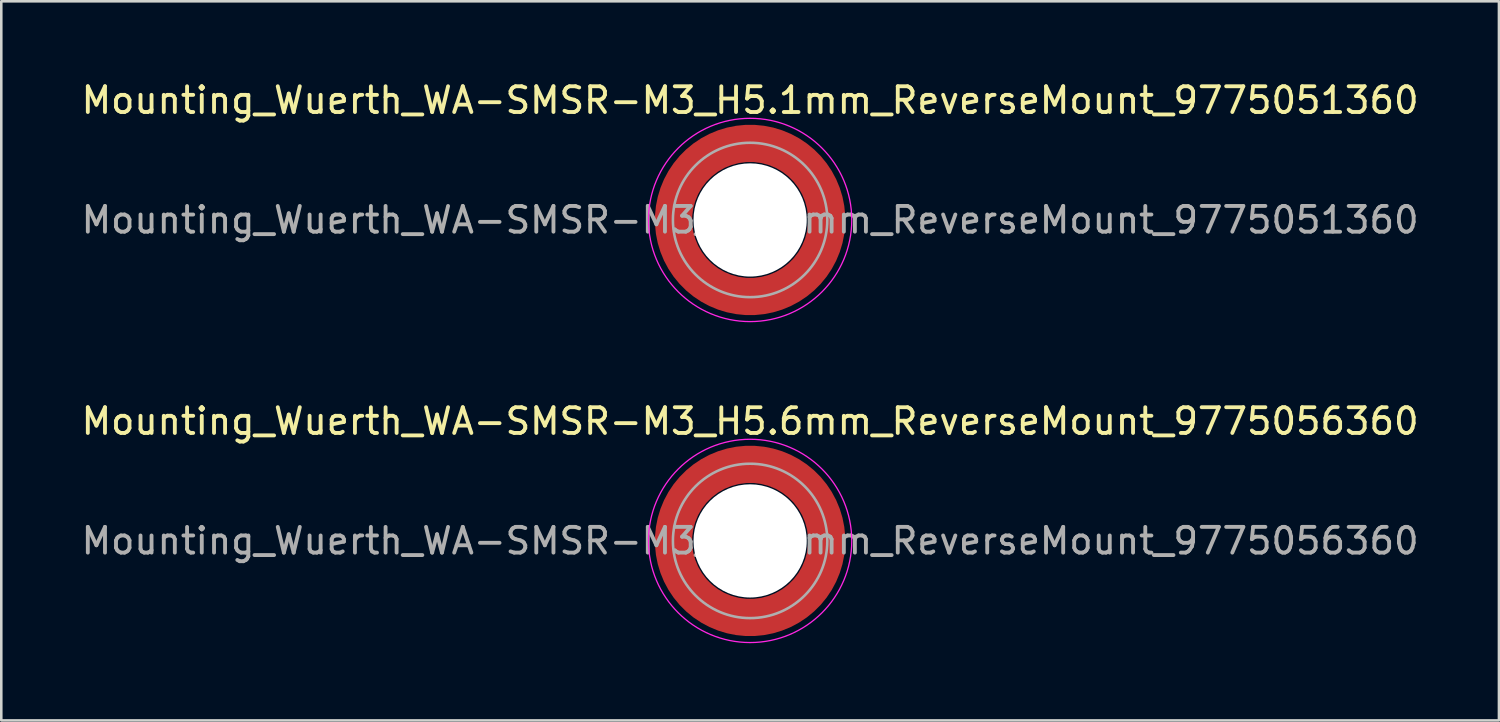
<source format=kicad_pcb>
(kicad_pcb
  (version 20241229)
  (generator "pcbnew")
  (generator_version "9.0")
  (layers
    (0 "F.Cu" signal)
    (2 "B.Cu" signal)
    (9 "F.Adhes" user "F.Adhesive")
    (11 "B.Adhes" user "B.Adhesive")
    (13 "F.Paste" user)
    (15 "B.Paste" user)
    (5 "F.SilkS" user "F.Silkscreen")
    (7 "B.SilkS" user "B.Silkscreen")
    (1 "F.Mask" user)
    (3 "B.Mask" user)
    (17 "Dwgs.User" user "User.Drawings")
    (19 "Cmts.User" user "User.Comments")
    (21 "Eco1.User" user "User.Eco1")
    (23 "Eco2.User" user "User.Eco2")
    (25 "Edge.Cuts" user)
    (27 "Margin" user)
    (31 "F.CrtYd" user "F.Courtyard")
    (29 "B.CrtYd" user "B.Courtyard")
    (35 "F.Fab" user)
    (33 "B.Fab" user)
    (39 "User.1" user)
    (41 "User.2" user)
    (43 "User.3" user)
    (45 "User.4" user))
  (footprint "Mounting_Wuerth_WA-SMSR-M3_H5.6mm_ReverseMount_9775056360"
    (layer "F.Cu")
    (at 26.101 17.971)
    (property "Reference" "Mounting_Wuerth_WA-SMSR-M3_H5.6mm_ReverseMount_9775056360" (at 0 -4.65 0) (layer "F.SilkS") (effects (font (size 1 1) (thickness 0.15))))
    (attr smd)
    (fp_circle (center 0 0) (end 3.95 0) (stroke (width 0.05) (type solid)) (fill no) (layer "F.CrtYd"))
    (fp_circle (center 0 0) (end 3 0) (stroke (width 0.1) (type solid)) (fill no) (layer "F.Fab"))
    (fp_text user "${REFERENCE}" (at 0 0 0) (layer "F.Fab") (effects (font (size 1 1) (thickness 0.15))))
    (pad "" smd custom (at -2.095 -2.095) (size 0.945 0.945) (layers "F.Paste") (options (anchor circle)) (primitives (gr_arc (start -0.24231 1.594804) (mid 0.404104 0.405534) (end 1.592827 -0.241886) (width 0.2)) (gr_arc (start -0.3398 1.594804) (mid 0.335987 0.338711) (end 1.591031 -0.339022) (width 0.2)) (gr_arc (start -0.437132 1.594804) (mid 0.268952 0.270807) (end 1.592231 -0.436623) (width 0.2)) (gr_arc (start -0.534324 1.594804) (mid 0.201345 0.203474) (end 1.591846 -0.53376) (width 0.2)) (gr_arc (start -0.631391 1.594804) (mid 0.134696 0.135183) (end 1.594126 -0.631267) (width 0.2)) (gr_arc (start -0.728345 1.594804) (mid 0.067234 0.067705) (end 1.594149 -0.728229) (width 0.2)) (gr_arc (start -0.825197 1.594804) (mid -0.001218 0.001219) (end 1.591408 -0.824614) (width 0.2)) (gr_arc (start -0.921958 1.594804) (mid -0.068952 -0.065985) (end 1.590665 -0.921269) (width 0.2)) (gr_arc (start -1.018637 1.594804) (mid -0.135972 -0.133907) (end 1.59192 -1.018172) (width 0.2)) (gr_arc (start -1.115239 1.594804) (mid -0.20428 -0.200537) (end 1.589574 -1.11442) (width 0.2)) (gr_arc (start -1.211773 1.594804) (mid -0.26993 -0.269828) (end 1.594662 -1.211751) (width 0.2)) (gr_arc (start -1.308244 1.594804) (mid -0.33911 -0.335587) (end 1.589875 -1.307516) (width 0.2)) (gr_arc (start -1.404657 1.594804) (mid -0.405633 -0.404004) (end 1.592524 -1.404331) (width 0.2)) (gr_arc (start -1.404657 1.594804) (mid -0.405633 -0.404004) (end 1.592524 -1.404331) (width 0.2)) (gr_line (start 1.595 -0.242) (end 1.595 -1.405) (width 0.2)) (gr_line (start -0.242 1.595) (end -1.405 1.595) (width 0.2))))
    (pad "" smd custom (at -2.095 2.095) (size 0.945 0.945) (layers "F.Paste") (options (anchor circle)) (primitives (gr_arc (start 1.594804 0.24231) (mid 0.405534 -0.404104) (end -0.241886 -1.592827) (width 0.2)) (gr_arc (start 1.594804 0.3398) (mid 0.338711 -0.335987) (end -0.339022 -1.591031) (width 0.2)) (gr_arc (start 1.594804 0.437132) (mid 0.270807 -0.268952) (end -0.436623 -1.592231) (width 0.2)) (gr_arc (start 1.594804 0.534324) (mid 0.203474 -0.201345) (end -0.53376 -1.591846) (width 0.2)) (gr_arc (start 1.594804 0.631391) (mid 0.135183 -0.134696) (end -0.631267 -1.594126) (width 0.2)) (gr_arc (start 1.594804 0.728345) (mid 0.067705 -0.067234) (end -0.728229 -1.594149) (width 0.2)) (gr_arc (start 1.594804 0.825197) (mid 0.001219 0.001218) (end -0.824614 -1.591408) (width 0.2)) (gr_arc (start 1.594804 0.921958) (mid -0.065985 0.068952) (end -0.921269 -1.590665) (width 0.2)) (gr_arc (start 1.594804 1.018637) (mid -0.133907 0.135972) (end -1.018172 -1.59192) (width 0.2)) (gr_arc (start 1.594804 1.115239) (mid -0.200537 0.20428) (end -1.11442 -1.589574) (width 0.2)) (gr_arc (start 1.594804 1.211773) (mid -0.269828 0.26993) (end -1.211751 -1.594662) (width 0.2)) (gr_arc (start 1.594804 1.308244) (mid -0.335587 0.33911) (end -1.307516 -1.589875) (width 0.2)) (gr_arc (start 1.594804 1.404657) (mid -0.404004 0.405633) (end -1.404331 -1.592524) (width 0.2)) (gr_arc (start 1.594804 1.404657) (mid -0.404004 0.405633) (end -1.404331 -1.592524) (width 0.2)) (gr_line (start -0.242 -1.595) (end -1.405 -1.595) (width 0.2)) (gr_line (start 1.595 0.242) (end 1.595 1.405) (width 0.2))))
    (pad "" np_thru_hole circle (at 0 0) (size 4.4 4.4) (drill 4.4) (layers "*.Cu" "*.Mask"))
    (pad "" smd custom (at 2.095 -2.095) (size 0.945 0.945) (layers "F.Paste") (options (anchor circle)) (primitives (gr_arc (start -1.594804 -0.24231) (mid -0.405534 0.404104) (end 0.241886 1.592827) (width 0.2)) (gr_arc (start -1.594804 -0.3398) (mid -0.338711 0.335987) (end 0.339022 1.591031) (width 0.2)) (gr_arc (start -1.594804 -0.437132) (mid -0.270807 0.268952) (end 0.436623 1.592231) (width 0.2)) (gr_arc (start -1.594804 -0.534324) (mid -0.203474 0.201345) (end 0.53376 1.591846) (width 0.2)) (gr_arc (start -1.594804 -0.631391) (mid -0.135183 0.134696) (end 0.631267 1.594126) (width 0.2)) (gr_arc (start -1.594804 -0.728345) (mid -0.067705 0.067234) (end 0.728229 1.594149) (width 0.2)) (gr_arc (start -1.594804 -0.825197) (mid -0.001219 -0.001218) (end 0.824614 1.591408) (width 0.2)) (gr_arc (start -1.594804 -0.921958) (mid 0.065985 -0.068952) (end 0.921269 1.590665) (width 0.2)) (gr_arc (start -1.594804 -1.018637) (mid 0.133907 -0.135972) (end 1.018172 1.59192) (width 0.2)) (gr_arc (start -1.594804 -1.115239) (mid 0.200537 -0.20428) (end 1.11442 1.589574) (width 0.2)) (gr_arc (start -1.594804 -1.211773) (mid 0.269828 -0.26993) (end 1.211751 1.594662) (width 0.2)) (gr_arc (start -1.594804 -1.308244) (mid 0.335587 -0.33911) (end 1.307516 1.589875) (width 0.2)) (gr_arc (start -1.594804 -1.404657) (mid 0.404004 -0.405633) (end 1.404331 1.592524) (width 0.2)) (gr_arc (start -1.594804 -1.404657) (mid 0.404004 -0.405633) (end 1.404331 1.592524) (width 0.2)) (gr_line (start 0.242 1.595) (end 1.405 1.595) (width 0.2)) (gr_line (start -1.595 -0.242) (end -1.595 -1.405) (width 0.2))))
    (pad "" smd custom (at 2.095 2.095) (size 0.945 0.945) (layers "F.Paste") (options (anchor circle)) (primitives (gr_arc (start 0.24231 -1.594804) (mid -0.404104 -0.405534) (end -1.592827 0.241886) (width 0.2)) (gr_arc (start 0.3398 -1.594804) (mid -0.335987 -0.338711) (end -1.591031 0.339022) (width 0.2)) (gr_arc (start 0.437132 -1.594804) (mid -0.268952 -0.270807) (end -1.592231 0.436623) (width 0.2)) (gr_arc (start 0.534324 -1.594804) (mid -0.201345 -0.203474) (end -1.591846 0.53376) (width 0.2)) (gr_arc (start 0.631391 -1.594804) (mid -0.134696 -0.135183) (end -1.594126 0.631267) (width 0.2)) (gr_arc (start 0.728345 -1.594804) (mid -0.067234 -0.067705) (end -1.594149 0.728229) (width 0.2)) (gr_arc (start 0.825197 -1.594804) (mid 0.001218 -0.001219) (end -1.591408 0.824614) (width 0.2)) (gr_arc (start 0.921958 -1.594804) (mid 0.068952 0.065985) (end -1.590665 0.921269) (width 0.2)) (gr_arc (start 1.018637 -1.594804) (mid 0.135972 0.133907) (end -1.59192 1.018172) (width 0.2)) (gr_arc (start 1.115239 -1.594804) (mid 0.20428 0.200537) (end -1.589574 1.11442) (width 0.2)) (gr_arc (start 1.211773 -1.594804) (mid 0.26993 0.269828) (end -1.594662 1.211751) (width 0.2)) (gr_arc (start 1.308244 -1.594804) (mid 0.33911 0.335587) (end -1.589875 1.307516) (width 0.2)) (gr_arc (start 1.404657 -1.594804) (mid 0.405633 0.404004) (end -1.592524 1.404331) (width 0.2)) (gr_arc (start 1.404657 -1.594804) (mid 0.405633 0.404004) (end -1.592524 1.404331) (width 0.2)) (gr_line (start -1.595 0.242) (end -1.595 1.405) (width 0.2)) (gr_line (start 0.242 -1.595) (end 1.405 -1.595) (width 0.2))))
    (pad "1" smd circle (at -2.975 0) (size 1.05 1.05) (layers "F.Cu"))
    (pad "1" smd circle (at 0 -2.975) (size 1.05 1.05) (layers "F.Cu"))
    (pad "1" smd circle (at 0 2.975) (size 1.05 1.05) (layers "F.Cu"))
    (pad "1" smd custom (at 2.975 0) (size 1.05 1.05) (layers "F.Cu" "F.Mask") (options (anchor circle)) (primitives (gr_circle (center -2.975 0) (end 0 0) (width 1.45) (fill no)))))
  (footprint "Mounting_Wuerth_WA-SMSR-M3_H5.1mm_ReverseMount_9775051360"
    (layer "F.Cu")
    (at 26.101 5.498)
    (property "Reference" "Mounting_Wuerth_WA-SMSR-M3_H5.1mm_ReverseMount_9775051360" (at 0 -4.65 0) (layer "F.SilkS") (effects (font (size 1 1) (thickness 0.15))))
    (attr smd)
    (fp_circle (center 0 0) (end 3.95 0) (stroke (width 0.05) (type solid)) (fill no) (layer "F.CrtYd"))
    (fp_circle (center 0 0) (end 3 0) (stroke (width 0.1) (type solid)) (fill no) (layer "F.Fab"))
    (fp_text user "${REFERENCE}" (at 0 0 0) (layer "F.Fab") (effects (font (size 1 1) (thickness 0.15))))
    (pad "" smd custom (at -2.095 -2.095) (size 0.945 0.945) (layers "F.Paste") (options (anchor circle)) (primitives (gr_arc (start -0.24231 1.594804) (mid 0.404104 0.405534) (end 1.592827 -0.241886) (width 0.2)) (gr_arc (start -0.3398 1.594804) (mid 0.335987 0.338711) (end 1.591031 -0.339022) (width 0.2)) (gr_arc (start -0.437132 1.594804) (mid 0.268952 0.270807) (end 1.592231 -0.436623) (width 0.2)) (gr_arc (start -0.534324 1.594804) (mid 0.201345 0.203474) (end 1.591846 -0.53376) (width 0.2)) (gr_arc (start -0.631391 1.594804) (mid 0.134696 0.135183) (end 1.594126 -0.631267) (width 0.2)) (gr_arc (start -0.728345 1.594804) (mid 0.067234 0.067705) (end 1.594149 -0.728229) (width 0.2)) (gr_arc (start -0.825197 1.594804) (mid -0.001218 0.001219) (end 1.591408 -0.824614) (width 0.2)) (gr_arc (start -0.921958 1.594804) (mid -0.068952 -0.065985) (end 1.590665 -0.921269) (width 0.2)) (gr_arc (start -1.018637 1.594804) (mid -0.135972 -0.133907) (end 1.59192 -1.018172) (width 0.2)) (gr_arc (start -1.115239 1.594804) (mid -0.20428 -0.200537) (end 1.589574 -1.11442) (width 0.2)) (gr_arc (start -1.211773 1.594804) (mid -0.26993 -0.269828) (end 1.594662 -1.211751) (width 0.2)) (gr_arc (start -1.308244 1.594804) (mid -0.33911 -0.335587) (end 1.589875 -1.307516) (width 0.2)) (gr_arc (start -1.404657 1.594804) (mid -0.405633 -0.404004) (end 1.592524 -1.404331) (width 0.2)) (gr_arc (start -1.404657 1.594804) (mid -0.405633 -0.404004) (end 1.592524 -1.404331) (width 0.2)) (gr_line (start 1.595 -0.242) (end 1.595 -1.405) (width 0.2)) (gr_line (start -0.242 1.595) (end -1.405 1.595) (width 0.2))))
    (pad "" smd custom (at -2.095 2.095) (size 0.945 0.945) (layers "F.Paste") (options (anchor circle)) (primitives (gr_arc (start 1.594804 0.24231) (mid 0.405534 -0.404104) (end -0.241886 -1.592827) (width 0.2)) (gr_arc (start 1.594804 0.3398) (mid 0.338711 -0.335987) (end -0.339022 -1.591031) (width 0.2)) (gr_arc (start 1.594804 0.437132) (mid 0.270807 -0.268952) (end -0.436623 -1.592231) (width 0.2)) (gr_arc (start 1.594804 0.534324) (mid 0.203474 -0.201345) (end -0.53376 -1.591846) (width 0.2)) (gr_arc (start 1.594804 0.631391) (mid 0.135183 -0.134696) (end -0.631267 -1.594126) (width 0.2)) (gr_arc (start 1.594804 0.728345) (mid 0.067705 -0.067234) (end -0.728229 -1.594149) (width 0.2)) (gr_arc (start 1.594804 0.825197) (mid 0.001219 0.001218) (end -0.824614 -1.591408) (width 0.2)) (gr_arc (start 1.594804 0.921958) (mid -0.065985 0.068952) (end -0.921269 -1.590665) (width 0.2)) (gr_arc (start 1.594804 1.018637) (mid -0.133907 0.135972) (end -1.018172 -1.59192) (width 0.2)) (gr_arc (start 1.594804 1.115239) (mid -0.200537 0.20428) (end -1.11442 -1.589574) (width 0.2)) (gr_arc (start 1.594804 1.211773) (mid -0.269828 0.26993) (end -1.211751 -1.594662) (width 0.2)) (gr_arc (start 1.594804 1.308244) (mid -0.335587 0.33911) (end -1.307516 -1.589875) (width 0.2)) (gr_arc (start 1.594804 1.404657) (mid -0.404004 0.405633) (end -1.404331 -1.592524) (width 0.2)) (gr_arc (start 1.594804 1.404657) (mid -0.404004 0.405633) (end -1.404331 -1.592524) (width 0.2)) (gr_line (start -0.242 -1.595) (end -1.405 -1.595) (width 0.2)) (gr_line (start 1.595 0.242) (end 1.595 1.405) (width 0.2))))
    (pad "" np_thru_hole circle (at 0 0) (size 4.4 4.4) (drill 4.4) (layers "*.Cu" "*.Mask"))
    (pad "" smd custom (at 2.095 -2.095) (size 0.945 0.945) (layers "F.Paste") (options (anchor circle)) (primitives (gr_arc (start -1.594804 -0.24231) (mid -0.405534 0.404104) (end 0.241886 1.592827) (width 0.2)) (gr_arc (start -1.594804 -0.3398) (mid -0.338711 0.335987) (end 0.339022 1.591031) (width 0.2)) (gr_arc (start -1.594804 -0.437132) (mid -0.270807 0.268952) (end 0.436623 1.592231) (width 0.2)) (gr_arc (start -1.594804 -0.534324) (mid -0.203474 0.201345) (end 0.53376 1.591846) (width 0.2)) (gr_arc (start -1.594804 -0.631391) (mid -0.135183 0.134696) (end 0.631267 1.594126) (width 0.2)) (gr_arc (start -1.594804 -0.728345) (mid -0.067705 0.067234) (end 0.728229 1.594149) (width 0.2)) (gr_arc (start -1.594804 -0.825197) (mid -0.001219 -0.001218) (end 0.824614 1.591408) (width 0.2)) (gr_arc (start -1.594804 -0.921958) (mid 0.065985 -0.068952) (end 0.921269 1.590665) (width 0.2)) (gr_arc (start -1.594804 -1.018637) (mid 0.133907 -0.135972) (end 1.018172 1.59192) (width 0.2)) (gr_arc (start -1.594804 -1.115239) (mid 0.200537 -0.20428) (end 1.11442 1.589574) (width 0.2)) (gr_arc (start -1.594804 -1.211773) (mid 0.269828 -0.26993) (end 1.211751 1.594662) (width 0.2)) (gr_arc (start -1.594804 -1.308244) (mid 0.335587 -0.33911) (end 1.307516 1.589875) (width 0.2)) (gr_arc (start -1.594804 -1.404657) (mid 0.404004 -0.405633) (end 1.404331 1.592524) (width 0.2)) (gr_arc (start -1.594804 -1.404657) (mid 0.404004 -0.405633) (end 1.404331 1.592524) (width 0.2)) (gr_line (start 0.242 1.595) (end 1.405 1.595) (width 0.2)) (gr_line (start -1.595 -0.242) (end -1.595 -1.405) (width 0.2))))
    (pad "" smd custom (at 2.095 2.095) (size 0.945 0.945) (layers "F.Paste") (options (anchor circle)) (primitives (gr_arc (start 0.24231 -1.594804) (mid -0.404104 -0.405534) (end -1.592827 0.241886) (width 0.2)) (gr_arc (start 0.3398 -1.594804) (mid -0.335987 -0.338711) (end -1.591031 0.339022) (width 0.2)) (gr_arc (start 0.437132 -1.594804) (mid -0.268952 -0.270807) (end -1.592231 0.436623) (width 0.2)) (gr_arc (start 0.534324 -1.594804) (mid -0.201345 -0.203474) (end -1.591846 0.53376) (width 0.2)) (gr_arc (start 0.631391 -1.594804) (mid -0.134696 -0.135183) (end -1.594126 0.631267) (width 0.2)) (gr_arc (start 0.728345 -1.594804) (mid -0.067234 -0.067705) (end -1.594149 0.728229) (width 0.2)) (gr_arc (start 0.825197 -1.594804) (mid 0.001218 -0.001219) (end -1.591408 0.824614) (width 0.2)) (gr_arc (start 0.921958 -1.594804) (mid 0.068952 0.065985) (end -1.590665 0.921269) (width 0.2)) (gr_arc (start 1.018637 -1.594804) (mid 0.135972 0.133907) (end -1.59192 1.018172) (width 0.2)) (gr_arc (start 1.115239 -1.594804) (mid 0.20428 0.200537) (end -1.589574 1.11442) (width 0.2)) (gr_arc (start 1.211773 -1.594804) (mid 0.26993 0.269828) (end -1.594662 1.211751) (width 0.2)) (gr_arc (start 1.308244 -1.594804) (mid 0.33911 0.335587) (end -1.589875 1.307516) (width 0.2)) (gr_arc (start 1.404657 -1.594804) (mid 0.405633 0.404004) (end -1.592524 1.404331) (width 0.2)) (gr_arc (start 1.404657 -1.594804) (mid 0.405633 0.404004) (end -1.592524 1.404331) (width 0.2)) (gr_line (start -1.595 0.242) (end -1.595 1.405) (width 0.2)) (gr_line (start 0.242 -1.595) (end 1.405 -1.595) (width 0.2))))
    (pad "1" smd circle (at -2.975 0) (size 1.05 1.05) (layers "F.Cu"))
    (pad "1" smd circle (at 0 -2.975) (size 1.05 1.05) (layers "F.Cu"))
    (pad "1" smd circle (at 0 2.975) (size 1.05 1.05) (layers "F.Cu"))
    (pad "1" smd custom (at 2.975 0) (size 1.05 1.05) (layers "F.Cu" "F.Mask") (options (anchor circle)) (primitives (gr_circle (center -2.975 0) (end 0 0) (width 1.45) (fill no)))))
  (gr_rect
    (start -3 -3)
    (end 55.202 24.947)
    (stroke (width 0.1) (type default))
    (fill no)
    (layer "Edge.Cuts")))
</source>
